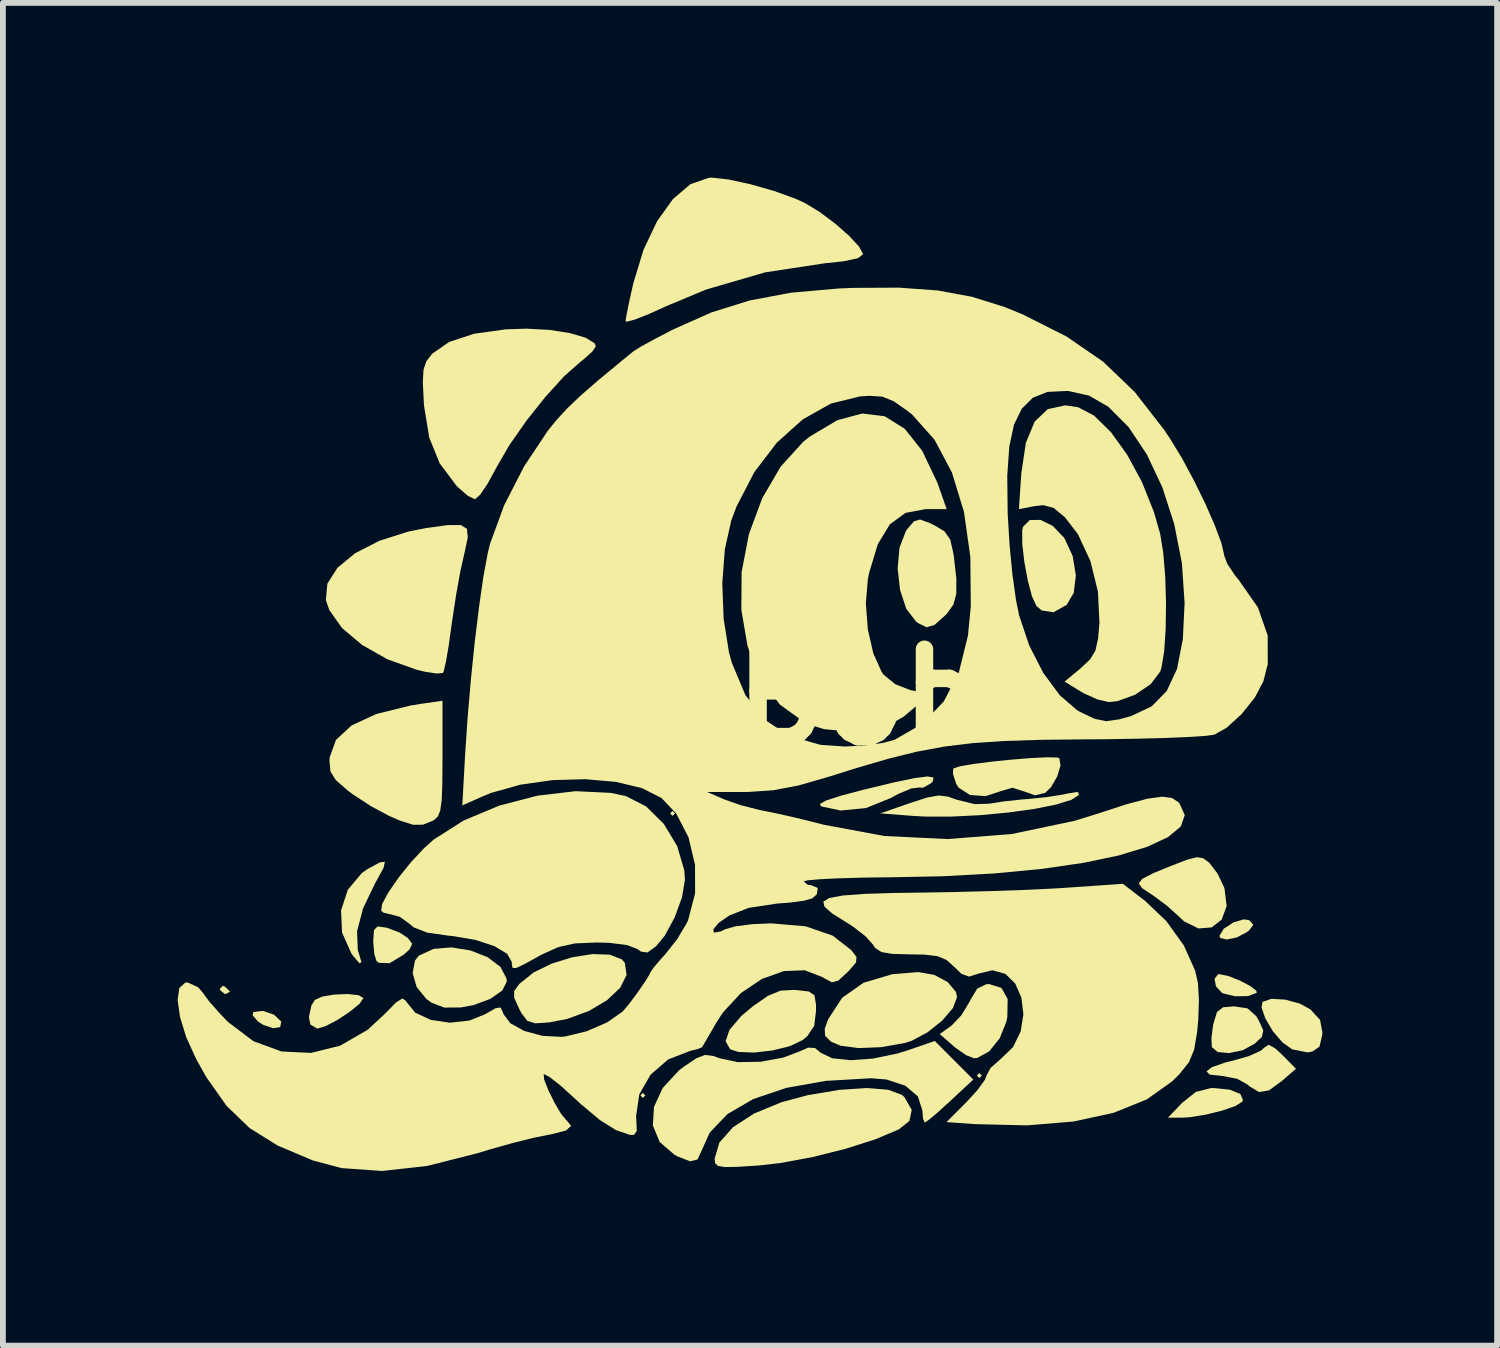
<source format=kicad_pcb>
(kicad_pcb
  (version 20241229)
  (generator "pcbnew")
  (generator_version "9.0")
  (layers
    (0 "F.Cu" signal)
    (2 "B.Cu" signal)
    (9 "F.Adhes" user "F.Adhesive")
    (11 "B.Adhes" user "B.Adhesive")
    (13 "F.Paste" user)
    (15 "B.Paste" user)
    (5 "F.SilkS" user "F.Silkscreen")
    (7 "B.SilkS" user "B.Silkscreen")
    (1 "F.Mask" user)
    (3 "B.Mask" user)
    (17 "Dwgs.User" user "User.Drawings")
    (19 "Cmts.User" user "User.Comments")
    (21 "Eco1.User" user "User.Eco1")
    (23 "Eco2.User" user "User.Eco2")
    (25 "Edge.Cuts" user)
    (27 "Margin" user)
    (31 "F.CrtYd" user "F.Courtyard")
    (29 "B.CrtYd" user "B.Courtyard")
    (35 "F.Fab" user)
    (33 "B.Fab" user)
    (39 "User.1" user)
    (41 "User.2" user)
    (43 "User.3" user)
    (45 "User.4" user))
  (footprint "BB_Bob"
    (layer "F.Cu")
    (at 9.645 8.92)
    (property "Reference" "BB_Bob" (at 0 0 0) (layer "F.SilkS") (effects (font (size 1.5 1.5) (thickness 0.3))))
    (attr board_only exclude_from_pos_files exclude_from_bom)
    (fp_poly (pts (xy -1.614 6.838) (xy -1.657 6.881) (xy -1.699 6.838) (xy -1.657 6.796)) (stroke (width 0) (type solid)) (fill yes) (layer "F.SilkS"))
    (fp_poly (pts (xy -1.104 1.996) (xy -1.147 2.039) (xy -1.189 1.996) (xy -1.147 1.954)) (stroke (width 0) (type solid)) (fill yes) (layer "F.SilkS"))
    (fp_poly (pts (xy 4.163 6.499) (xy 4.12 6.541) (xy 4.078 6.499) (xy 4.12 6.456)) (stroke (width 0) (type solid)) (fill yes) (layer "F.SilkS"))
    (fp_poly (pts (xy -8.835 4.97) (xy -8.754 5.046) (xy -8.75 5.06) (xy -8.816 5.096) (xy -8.835 5.097) (xy -8.916 5.032) (xy -8.92 5.007) (xy -8.868 4.956)) (stroke (width 0) (type solid)) (fill yes) (layer "F.SilkS"))
    (fp_poly (pts (xy -7.992 5.452) (xy -7.869 5.566) (xy -7.866 5.573) (xy -7.884 5.666) (xy -8.003 5.685) (xy -8.174 5.628) (xy -8.266 5.57) (xy -8.357 5.463) (xy -8.345 5.407) (xy -8.183 5.387)) (stroke (width 0) (type solid)) (fill yes) (layer "F.SilkS"))
    (fp_poly (pts (xy 8.756 3.831) (xy 8.825 3.908) (xy 8.758 4) (xy 8.712 4.037) (xy 8.541 4.126) (xy 8.369 4.162) (xy 8.257 4.135) (xy 8.243 4.099) (xy 8.318 3.976) (xy 8.484 3.868) (xy 8.664 3.815)) (stroke (width 0) (type solid)) (fill yes) (layer "F.SilkS"))
    (fp_poly (pts (xy 8.397 4.789) (xy 8.591 4.865) (xy 8.769 4.958) (xy 8.877 5.041) (xy 8.883 5.077) (xy 8.736 5.133) (xy 8.515 5.137) (xy 8.311 5.089) (xy 8.284 5.075) (xy 8.183 4.965) (xy 8.159 4.836) (xy 8.22 4.76) (xy 8.243 4.757)) (stroke (width 0) (type solid)) (fill yes) (layer "F.SilkS"))
    (fp_poly (pts (xy -6.053 3.959) (xy -5.83 4.044) (xy -5.692 4.136) (xy -5.618 4.236) (xy -5.662 4.331) (xy -5.765 4.423) (xy -6.007 4.569) (xy -6.189 4.562) (xy -6.23 4.531) (xy -6.268 4.414) (xy -6.286 4.207) (xy -6.286 4.189) (xy -6.274 3.999) (xy -6.21 3.937)) (stroke (width 0) (type solid)) (fill yes) (layer "F.SilkS"))
    (fp_poly (pts (xy 8.425 6.741) (xy 8.602 6.814) (xy 8.647 6.917) (xy 8.635 6.946) (xy 8.519 7.02) (xy 8.292 7.099) (xy 8.011 7.168) (xy 7.733 7.213) (xy 7.592 7.221) (xy 7.359 7.221) (xy 7.603 6.966) (xy 7.839 6.778) (xy 8.096 6.713) (xy 8.15 6.712)) (stroke (width 0) (type solid)) (fill yes) (layer "F.SilkS"))
    (fp_poly (pts (xy -6.54 5.117) (xy -6.457 5.165) (xy -6.456 5.17) (xy -6.524 5.268) (xy -6.691 5.404) (xy -6.903 5.544) (xy -7.108 5.651) (xy -7.247 5.692) (xy -7.366 5.622) (xy -7.391 5.496) (xy -7.349 5.297) (xy -7.289 5.199) (xy -7.16 5.141) (xy -6.952 5.107) (xy -6.726 5.098)) (stroke (width 0) (type solid)) (fill yes) (layer "F.SilkS"))
    (fp_poly (pts (xy 8.726 5.344) (xy 8.874 5.477) (xy 8.916 5.548) (xy 8.996 5.722) (xy 8.972 5.834) (xy 8.847 5.952) (xy 8.642 6.063) (xy 8.411 6.112) (xy 8.214 6.094) (xy 8.113 6.01) (xy 8.105 5.86) (xy 8.134 5.635) (xy 8.14 5.607) (xy 8.201 5.407) (xy 8.306 5.325) (xy 8.495 5.309)) (stroke (width 0) (type solid)) (fill yes) (layer "F.SilkS"))
    (fp_poly (pts (xy 9.373 5.194) (xy 9.626 5.263) (xy 9.805 5.362) (xy 9.971 5.542) (xy 10.011 5.757) (xy 10.007 5.808) (xy 9.96 6.003) (xy 9.838 6.086) (xy 9.758 6.1) (xy 9.495 6.049) (xy 9.326 5.93) (xy 9.16 5.736) (xy 9.032 5.519) (xy 8.967 5.332) (xy 8.982 5.233) (xy 9.136 5.18)) (stroke (width 0) (type solid)) (fill yes) (layer "F.SilkS"))
    (fp_poly (pts (xy -6.108 2.929) (xy -6.233 3.159) (xy -6.25 3.188) (xy -6.461 3.626) (xy -6.564 4.021) (xy -6.552 4.341) (xy -6.537 4.386) (xy -6.489 4.551) (xy -6.523 4.569) (xy -6.635 4.439) (xy -6.663 4.399) (xy -6.822 4.042) (xy -6.839 3.663) (xy -6.723 3.308) (xy -6.483 3.021) (xy -6.378 2.948) (xy -6.174 2.838) (xy -6.087 2.827)) (stroke (width 0) (type solid)) (fill yes) (layer "F.SilkS"))
    (fp_poly (pts (xy -4.62 4.349) (xy -4.325 4.464) (xy -4.103 4.631) (xy -3.996 4.836) (xy -3.993 4.883) (xy -4.07 5.037) (xy -4.275 5.181) (xy -4.564 5.288) (xy -4.78 5.328) (xy -5.066 5.331) (xy -5.284 5.248) (xy -5.373 5.184) (xy -5.541 4.978) (xy -5.61 4.738) (xy -5.57 4.523) (xy -5.501 4.438) (xy -5.251 4.323) (xy -4.943 4.297)) (stroke (width 0) (type solid)) (fill yes) (layer "F.SilkS"))
    (fp_poly (pts (xy 5.382 -2.939) (xy 5.574 -2.739) (xy 5.583 -2.727) (xy 5.724 -2.421) (xy 5.778 -2.09) (xy 5.742 -1.791) (xy 5.621 -1.585) (xy 5.395 -1.457) (xy 5.19 -1.489) (xy 5.1 -1.567) (xy 5.025 -1.73) (xy 4.953 -2) (xy 4.894 -2.318) (xy 4.858 -2.623) (xy 4.856 -2.855) (xy 4.869 -2.922) (xy 4.987 -3.041) (xy 5.172 -3.043)) (stroke (width 0) (type solid)) (fill yes) (layer "F.SilkS"))
    (fp_poly (pts (xy 3.333 1.38) (xy 3.323 1.443) (xy 3.296 1.476) (xy 3.154 1.556) (xy 3.081 1.552) (xy 2.952 1.569) (xy 2.739 1.657) (xy 2.598 1.733) (xy 2.175 1.904) (xy 1.741 1.947) (xy 1.407 1.877) (xy 1.38 1.836) (xy 1.486 1.776) (xy 1.735 1.695) (xy 2.139 1.588) (xy 2.148 1.586) (xy 2.654 1.464) (xy 3.011 1.39) (xy 3.233 1.362)) (stroke (width 0) (type solid)) (fill yes) (layer "F.SilkS"))
    (fp_poly (pts (xy 4.501 4.993) (xy 4.607 5.185) (xy 4.601 5.493) (xy 4.586 5.57) (xy 4.471 5.857) (xy 4.291 6.081) (xy 4.086 6.195) (xy 4.03 6.201) (xy 3.896 6.149) (xy 3.711 6.021) (xy 3.679 5.993) (xy 3.44 5.785) (xy 3.641 5.642) (xy 3.812 5.463) (xy 3.955 5.226) (xy 3.96 5.213) (xy 4.083 5.006) (xy 4.239 4.93) (xy 4.288 4.927)) (stroke (width 0) (type solid)) (fill yes) (layer "F.SilkS"))
    (fp_poly (pts (xy 0.973 5.029) (xy 1.192 5.054) (xy 1.29 5.12) (xy 1.316 5.277) (xy 1.317 5.385) (xy 1.285 5.645) (xy 1.165 5.823) (xy 1.087 5.888) (xy 0.867 5.993) (xy 0.568 6.067) (xy 0.252 6.103) (xy -0.019 6.092) (xy -0.158 6.046) (xy -0.236 5.908) (xy -0.169 5.712) (xy 0.035 5.473) (xy 0.236 5.305) (xy 0.497 5.125) (xy 0.706 5.04) (xy 0.932 5.027)) (stroke (width 0) (type solid)) (fill yes) (layer "F.SilkS"))
    (fp_poly (pts (xy 3.346 4.769) (xy 3.578 4.893) (xy 3.719 5.062) (xy 3.738 5.15) (xy 3.667 5.339) (xy 3.484 5.553) (xy 3.233 5.754) (xy 2.96 5.901) (xy 2.851 5.936) (xy 2.439 6.01) (xy 2.05 6.026) (xy 1.735 5.985) (xy 1.573 5.915) (xy 1.472 5.817) (xy 1.466 5.695) (xy 1.525 5.531) (xy 1.765 5.162) (xy 2.133 4.904) (xy 2.627 4.757) (xy 3.073 4.721)) (stroke (width 0) (type solid)) (fill yes) (layer "F.SilkS"))
    (fp_poly (pts (xy 9.202 6.031) (xy 9.321 6.142) (xy 9.557 6.381) (xy 9.319 6.588) (xy 9.094 6.752) (xy 8.923 6.781) (xy 8.759 6.683) (xy 8.729 6.654) (xy 8.549 6.554) (xy 8.304 6.506) (xy 8.286 6.505) (xy 8.075 6.481) (xy 8.021 6.426) (xy 8.116 6.353) (xy 8.352 6.271) (xy 8.489 6.238) (xy 8.755 6.161) (xy 8.951 6.072) (xy 9.012 6.02) (xy 9.086 5.969)) (stroke (width 0) (type solid)) (fill yes) (layer "F.SilkS"))
    (fp_poly (pts (xy -2.226 4.422) (xy -2.019 4.502) (xy -1.966 4.563) (xy -1.936 4.77) (xy -2.047 4.991) (xy -2.272 5.204) (xy -2.584 5.389) (xy -2.958 5.526) (xy -3.271 5.586) (xy -3.507 5.601) (xy -3.641 5.558) (xy -3.741 5.427) (xy -3.779 5.354) (xy -3.866 5.164) (xy -3.867 5.047) (xy -3.781 4.928) (xy -3.775 4.922) (xy -3.534 4.728) (xy -3.218 4.574) (xy -2.867 4.466) (xy -2.523 4.412)) (stroke (width 0) (type solid)) (fill yes) (layer "F.SilkS"))
    (fp_poly (pts (xy 5.452 1.036) (xy 5.493 1.047) (xy 5.515 1.172) (xy 5.458 1.362) (xy 5.351 1.547) (xy 5.251 1.644) (xy 5.074 1.686) (xy 4.901 1.623) (xy 4.688 1.556) (xy 4.519 1.605) (xy 4.227 1.7) (xy 3.959 1.68) (xy 3.764 1.554) (xy 3.722 1.486) (xy 3.667 1.315) (xy 3.674 1.225) (xy 3.782 1.189) (xy 4.012 1.149) (xy 4.321 1.109) (xy 4.663 1.074) (xy 4.995 1.047) (xy 5.273 1.033)) (stroke (width 0) (type solid)) (fill yes) (layer "F.SilkS"))
    (fp_poly (pts (xy 7.962 2.765) (xy 8.06 2.837) (xy 8.071 2.846) (xy 8.211 3.03) (xy 8.326 3.272) (xy 8.33 3.284) (xy 8.367 3.588) (xy 8.282 3.819) (xy 8.11 3.954) (xy 7.883 3.972) (xy 7.637 3.851) (xy 7.556 3.775) (xy 7.337 3.577) (xy 7.084 3.392) (xy 7.067 3.382) (xy 6.913 3.278) (xy 6.858 3.198) (xy 6.918 3.12) (xy 7.106 3.023) (xy 7.416 2.896) (xy 7.689 2.791) (xy 7.855 2.749)) (stroke (width 0) (type solid)) (fill yes) (layer "F.SilkS"))
    (fp_poly (pts (xy 2.553 6.741) (xy 2.792 6.83) (xy 2.833 6.866) (xy 2.96 7.087) (xy 2.92 7.277) (xy 2.74 7.421) (xy 2.333 7.593) (xy 1.818 7.757) (xy 1.254 7.898) (xy 0.702 8) (xy 0.33 8.042) (xy -0.029 8.065) (xy -0.251 8.069) (xy -0.37 8.049) (xy -0.417 8) (xy -0.425 7.925) (xy -0.343 7.649) (xy -0.111 7.386) (xy 0.252 7.15) (xy 0.727 6.954) (xy 1.177 6.834) (xy 1.72 6.743) (xy 2.188 6.712)) (stroke (width 0) (type solid)) (fill yes) (layer "F.SilkS"))
    (fp_poly (pts (xy 3.266 -2.99) (xy 3.336 -2.957) (xy 3.522 -2.847) (xy 3.621 -2.705) (xy 3.675 -2.468) (xy 3.683 -2.417) (xy 3.726 -2.034) (xy 3.725 -1.773) (xy 3.675 -1.589) (xy 3.567 -1.437) (xy 3.529 -1.398) (xy 3.348 -1.238) (xy 3.213 -1.2) (xy 3.068 -1.272) (xy 3.036 -1.295) (xy 2.866 -1.517) (xy 2.759 -1.841) (xy 2.718 -2.21) (xy 2.75 -2.567) (xy 2.86 -2.853) (xy 2.884 -2.886) (xy 2.998 -3.019) (xy 3.102 -3.05)) (stroke (width 0) (type solid)) (fill yes) (layer "F.SilkS"))
    (fp_poly (pts (xy -5.097 1.047) (xy -5.1 1.475) (xy -5.11 1.763) (xy -5.135 1.944) (xy -5.176 2.049) (xy -5.241 2.109) (xy -5.261 2.121) (xy -5.431 2.19) (xy -5.602 2.192) (xy -5.829 2.12) (xy -6.019 2.037) (xy -6.324 1.873) (xy -6.639 1.668) (xy -6.724 1.604) (xy -6.928 1.425) (xy -7.021 1.277) (xy -7.038 1.096) (xy -7.034 1.033) (xy -6.926 0.734) (xy -6.658 0.486) (xy -6.232 0.289) (xy -5.651 0.145) (xy -5.458 0.114) (xy -5.097 0.062)) (stroke (width 0) (type solid)) (fill yes) (layer "F.SilkS"))
    (fp_poly (pts (xy 5.833 1.677) (xy 5.831 1.68) (xy 5.698 1.765) (xy 5.429 1.847) (xy 5.056 1.921) (xy 4.613 1.982) (xy 4.132 2.027) (xy 3.647 2.051) (xy 3.192 2.051) (xy 2.973 2.039) (xy 2.421 1.996) (xy 2.931 1.819) (xy 3.224 1.724) (xy 3.421 1.689) (xy 3.582 1.708) (xy 3.733 1.762) (xy 4.04 1.837) (xy 4.286 1.83) (xy 4.53 1.792) (xy 4.843 1.758) (xy 4.97 1.748) (xy 5.277 1.717) (xy 5.555 1.673) (xy 5.641 1.654) (xy 5.811 1.627)) (stroke (width 0) (type solid)) (fill yes) (layer "F.SilkS"))
    (fp_poly (pts (xy -4.677 -2.889) (xy -4.663 -2.739) (xy -4.717 -2.487) (xy -4.726 -2.449) (xy -4.793 -2.148) (xy -4.864 -1.751) (xy -4.928 -1.334) (xy -4.942 -1.232) (xy -4.99 -0.888) (xy -5.037 -0.612) (xy -5.076 -0.445) (xy -5.089 -0.415) (xy -5.194 -0.405) (xy -5.403 -0.437) (xy -5.541 -0.47) (xy -6.041 -0.649) (xy -6.478 -0.896) (xy -6.822 -1.186) (xy -7.042 -1.498) (xy -7.1 -1.666) (xy -7.074 -1.949) (xy -6.9 -2.222) (xy -6.596 -2.472) (xy -6.182 -2.684) (xy -5.68 -2.844) (xy -5.373 -2.904) (xy -5.007 -2.954) (xy -4.784 -2.955)) (stroke (width 0) (type solid)) (fill yes) (layer "F.SilkS"))
    (fp_poly (pts (xy -0.185 -8.888) (xy 0.193 -8.806) (xy 0.596 -8.691) (xy 0.959 -8.56) (xy 1.124 -8.485) (xy 1.378 -8.331) (xy 1.643 -8.133) (xy 1.881 -7.924) (xy 2.054 -7.738) (xy 2.124 -7.609) (xy 2.124 -7.606) (xy 2.039 -7.537) (xy 1.786 -7.483) (xy 1.465 -7.449) (xy 0.445 -7.294) (xy -0.57 -6.999) (xy -1.253 -6.714) (xy -1.558 -6.576) (xy -1.796 -6.483) (xy -1.933 -6.446) (xy -1.954 -6.455) (xy -1.936 -6.57) (xy -1.889 -6.802) (xy -1.822 -7.1) (xy -1.82 -7.109) (xy -1.645 -7.683) (xy -1.413 -8.171) (xy -1.14 -8.553) (xy -0.839 -8.808) (xy -0.526 -8.917) (xy -0.471 -8.92)) (stroke (width 0) (type solid)) (fill yes) (layer "F.SilkS"))
    (fp_poly (pts (xy -3.259 -6.305) (xy -2.91 -6.251) (xy -2.64 -6.171) (xy -2.486 -6.077) (xy -2.464 -6.024) (xy -2.526 -5.932) (xy -2.681 -5.794) (xy -2.728 -5.758) (xy -3.008 -5.51) (xy -3.329 -5.157) (xy -3.655 -4.748) (xy -3.948 -4.328) (xy -4.171 -3.944) (xy -4.178 -3.929) (xy -4.322 -3.665) (xy -4.451 -3.475) (xy -4.538 -3.398) (xy -4.541 -3.398) (xy -4.66 -3.455) (xy -4.825 -3.597) (xy -4.859 -3.632) (xy -5.146 -4.015) (xy -5.325 -4.457) (xy -5.414 -5.001) (xy -5.419 -5.079) (xy -5.435 -5.411) (xy -5.423 -5.624) (xy -5.374 -5.767) (xy -5.28 -5.89) (xy -5.272 -5.898) (xy -4.982 -6.099) (xy -4.553 -6.24) (xy -4.012 -6.315) (xy -3.653 -6.327)) (stroke (width 0) (type solid)) (fill yes) (layer "F.SilkS"))
    (fp_poly (pts (xy 5.816 -4.978) (xy 6.092 -4.833) (xy 6.379 -4.551) (xy 6.659 -4.162) (xy 6.912 -3.695) (xy 7.118 -3.18) (xy 7.226 -2.803) (xy 7.279 -2.475) (xy 7.313 -2.062) (xy 7.326 -1.611) (xy 7.32 -1.17) (xy 7.294 -0.785) (xy 7.248 -0.505) (xy 7.225 -0.436) (xy 7.063 -0.223) (xy 6.797 -0.042) (xy 6.495 0.068) (xy 6.347 0.085) (xy 6.152 0.041) (xy 5.914 -0.066) (xy 5.871 -0.091) (xy 5.584 -0.266) (xy 5.867 -0.502) (xy 6.024 -0.65) (xy 6.114 -0.799) (xy 6.16 -1.009) (xy 6.183 -1.282) (xy 6.157 -1.812) (xy 6.028 -2.335) (xy 5.814 -2.797) (xy 5.591 -3.087) (xy 5.398 -3.248) (xy 5.221 -3.296) (xy 5.073 -3.28) (xy 4.8 -3.228) (xy 4.842 -3.848) (xy 4.919 -4.365) (xy 5.07 -4.73) (xy 5.295 -4.945) (xy 5.597 -5.01)) (stroke (width 0) (type solid)) (fill yes) (layer "F.SilkS"))
    (fp_poly (pts (xy 2.496 -4.822) (xy 2.839 -4.608) (xy 3.139 -4.231) (xy 3.397 -3.689) (xy 3.434 -3.586) (xy 3.56 -3.228) (xy 3.197 -3.228) (xy 2.854 -3.164) (xy 2.584 -2.967) (xy 2.378 -2.628) (xy 2.229 -2.136) (xy 2.206 -2.024) (xy 2.172 -1.609) (xy 2.206 -1.164) (xy 2.3 -0.752) (xy 2.443 -0.433) (xy 2.479 -0.382) (xy 2.677 -0.222) (xy 2.932 -0.122) (xy 2.939 -0.12) (xy 3.238 -0.064) (xy 3.042 0.149) (xy 2.817 0.338) (xy 2.572 0.478) (xy 2.242 0.563) (xy 1.844 0.587) (xy 1.455 0.55) (xy 1.149 0.455) (xy 1.147 0.454) (xy 0.698 0.13) (xy 0.363 -0.311) (xy 0.141 -0.874) (xy 0.034 -1.499) (xy 0.039 -2.147) (xy 0.164 -2.798) (xy 0.392 -3.414) (xy 0.708 -3.956) (xy 1.098 -4.386) (xy 1.21 -4.475) (xy 1.682 -4.755) (xy 2.11 -4.87)) (stroke (width 0) (type solid)) (fill yes) (layer "F.SilkS"))
    (fp_poly (pts (xy 3.686 6.235) (xy 4.017 6.566) (xy 3.62 6.936) (xy 3.41 7.127) (xy 3.251 7.26) (xy 3.183 7.306) (xy 3.153 7.233) (xy 3.143 7.099) (xy 3.065 6.856) (xy 2.85 6.672) (xy 2.525 6.565) (xy 2.261 6.544) (xy 1.483 6.589) (xy 0.804 6.71) (xy 0.237 6.902) (xy -0.205 7.16) (xy -0.509 7.477) (xy -0.648 7.787) (xy -0.719 7.939) (xy -0.846 7.97) (xy -1.063 7.885) (xy -1.114 7.858) (xy -1.368 7.639) (xy -1.485 7.355) (xy -1.466 7.036) (xy -1.316 6.711) (xy -1.037 6.409) (xy -0.96 6.35) (xy -0.739 6.201) (xy -0.588 6.143) (xy -0.445 6.162) (xy -0.343 6.2) (xy -0.028 6.267) (xy 0.364 6.261) (xy 0.755 6.189) (xy 0.996 6.098) (xy 1.184 6.018) (xy 1.299 6.025) (xy 1.397 6.106) (xy 1.595 6.201) (xy 1.909 6.234) (xy 2.296 6.206) (xy 2.714 6.119) (xy 2.888 6.065) (xy 3.356 5.904)) (stroke (width 0) (type solid)) (fill yes) (layer "F.SilkS"))
    (fp_poly (pts (xy -2.209 1.644) (xy -1.949 1.699) (xy -1.601 1.876) (xy -1.297 2.177) (xy -1.068 2.557) (xy -0.946 2.971) (xy -0.934 3.133) (xy -0.984 3.435) (xy -1.11 3.781) (xy -1.281 4.097) (xy -1.432 4.28) (xy -1.579 4.385) (xy -1.692 4.368) (xy -1.748 4.327) (xy -1.925 4.258) (xy -2.234 4.219) (xy -2.454 4.213) (xy -2.825 4.229) (xy -3.112 4.293) (xy -3.395 4.422) (xy -3.433 4.442) (xy -3.69 4.584) (xy -3.832 4.651) (xy -3.893 4.65) (xy -3.907 4.59) (xy -3.908 4.547) (xy -3.987 4.407) (xy -4.203 4.277) (xy -4.522 4.171) (xy -4.91 4.104) (xy -4.984 4.097) (xy -5.359 4.044) (xy -5.593 3.953) (xy -5.659 3.896) (xy -5.828 3.773) (xy -5.955 3.738) (xy -6.107 3.703) (xy -6.15 3.667) (xy -6.133 3.551) (xy -6.024 3.349) (xy -5.851 3.098) (xy -5.638 2.834) (xy -5.414 2.594) (xy -5.249 2.446) (xy -4.733 2.118) (xy -4.123 1.863) (xy -3.468 1.692) (xy -2.814 1.615)) (stroke (width 0) (type solid)) (fill yes) (layer "F.SilkS"))
    (fp_poly (pts (xy 6.964 3.496) (xy 7.333 3.847) (xy 7.632 4.264) (xy 7.826 4.696) (xy 7.875 4.913) (xy 7.891 5.198) (xy 7.879 5.55) (xy 7.86 5.75) (xy 7.809 6.053) (xy 7.72 6.268) (xy 7.557 6.473) (xy 7.428 6.6) (xy 6.996 6.907) (xy 6.427 7.137) (xy 5.736 7.287) (xy 4.939 7.353) (xy 4.051 7.332) (xy 4.051 7.332) (xy 3.557 7.297) (xy 3.902 6.951) (xy 4.091 6.744) (xy 4.216 6.57) (xy 4.247 6.491) (xy 4.313 6.367) (xy 4.469 6.23) (xy 4.471 6.228) (xy 4.699 6.01) (xy 4.831 5.738) (xy 4.877 5.444) (xy 4.843 5.161) (xy 4.738 4.92) (xy 4.569 4.752) (xy 4.344 4.69) (xy 4.111 4.746) (xy 3.944 4.799) (xy 3.815 4.752) (xy 3.69 4.632) (xy 3.557 4.513) (xy 3.403 4.448) (xy 3.173 4.421) (xy 2.938 4.417) (xy 2.625 4.409) (xy 2.439 4.377) (xy 2.334 4.309) (xy 2.295 4.25) (xy 2.171 4.111) (xy 1.957 3.944) (xy 1.825 3.86) (xy 1.593 3.714) (xy 1.462 3.599) (xy 1.442 3.512) (xy 1.544 3.449) (xy 1.777 3.406) (xy 2.152 3.378) (xy 2.679 3.362) (xy 3.136 3.356) (xy 3.717 3.346) (xy 4.327 3.33) (xy 4.909 3.31) (xy 5.406 3.286) (xy 5.607 3.273) (xy 6.584 3.205)) (stroke (width 0) (type solid)) (fill yes) (layer "F.SilkS"))
    (fp_poly (pts (xy 3.403 -6.983) (xy 3.994 -6.874) (xy 4.556 -6.698) (xy 4.864 -6.572) (xy 5.618 -6.192) (xy 6.246 -5.76) (xy 6.788 -5.24) (xy 7.288 -4.598) (xy 7.393 -4.442) (xy 7.598 -4.106) (xy 7.806 -3.719) (xy 8.001 -3.321) (xy 8.164 -2.949) (xy 8.278 -2.642) (xy 8.325 -2.44) (xy 8.325 -2.43) (xy 8.378 -2.289) (xy 8.51 -2.091) (xy 8.568 -2.021) (xy 8.904 -1.54) (xy 9.072 -1.058) (xy 9.073 -0.567) (xy 8.997 -0.27) (xy 8.85 0.009) (xy 8.623 0.292) (xy 8.367 0.525) (xy 8.155 0.645) (xy 8.012 0.665) (xy 7.725 0.684) (xy 7.323 0.701) (xy 6.831 0.714) (xy 6.277 0.723) (xy 5.946 0.725) (xy 5.18 0.733) (xy 4.546 0.753) (xy 4.005 0.79) (xy 3.519 0.849) (xy 3.05 0.936) (xy 2.561 1.057) (xy 2.012 1.217) (xy 1.539 1.366) (xy 1.02 1.516) (xy 0.582 1.599) (xy 0.155 1.628) (xy 0.085 1.629) (xy -0.552 1.629) (xy -0.257 1.757) (xy 0.023 1.855) (xy 0.347 1.938) (xy 0.423 1.953) (xy 0.702 2.01) (xy 1.066 2.094) (xy 1.438 2.188) (xy 1.444 2.19) (xy 2.485 2.384) (xy 3.577 2.437) (xy 4.68 2.35) (xy 5.754 2.124) (xy 6.155 2) (xy 6.646 1.84) (xy 7.007 1.744) (xy 7.26 1.709) (xy 7.432 1.733) (xy 7.547 1.811) (xy 7.557 1.822) (xy 7.648 2.027) (xy 7.579 2.222) (xy 7.36 2.404) (xy 7.003 2.57) (xy 6.516 2.718) (xy 5.911 2.845) (xy 5.197 2.949) (xy 4.385 3.027) (xy 3.484 3.076) (xy 2.612 3.093) (xy 2.127 3.099) (xy 1.707 3.111) (xy 1.379 3.127) (xy 1.169 3.146) (xy 1.104 3.164) (xy 1.173 3.221) (xy 1.232 3.228) (xy 1.346 3.277) (xy 1.331 3.384) (xy 1.253 3.455) (xy 1.114 3.495) (xy 0.867 3.528) (xy 0.651 3.544) (xy 0.16 3.618) (xy -0.174 3.75) (xy -0.356 3.877) (xy -0.446 3.985) (xy -0.438 4.044) (xy -0.323 4.024) (xy -0.237 3.983) (xy -0.064 3.935) (xy 0.217 3.899) (xy 0.544 3.884) (xy 1.137 3.935) (xy 1.602 4.095) (xy 1.92 4.342) (xy 2.011 4.46) (xy 2.004 4.556) (xy 1.887 4.692) (xy 1.851 4.729) (xy 1.697 4.868) (xy 1.589 4.897) (xy 1.457 4.827) (xy 1.434 4.81) (xy 1.123 4.69) (xy 0.764 4.704) (xy 0.387 4.839) (xy 0.027 5.081) (xy -0.283 5.416) (xy -0.399 5.595) (xy -0.528 5.819) (xy -0.617 5.972) (xy -0.641 6.013) (xy -0.726 6.046) (xy -0.838 6.072) (xy -1.221 6.22) (xy -1.524 6.482) (xy -1.718 6.821) (xy -1.774 7.201) (xy -1.769 7.254) (xy -1.761 7.449) (xy -1.811 7.518) (xy -1.881 7.516) (xy -2.121 7.433) (xy -2.393 7.263) (xy -2.726 6.984) (xy -2.866 6.855) (xy -3.089 6.654) (xy -3.264 6.519) (xy -3.356 6.473) (xy -3.36 6.475) (xy -3.351 6.569) (xy -3.279 6.751) (xy -3.173 6.965) (xy -3.061 7.155) (xy -2.97 7.265) (xy -2.964 7.269) (xy -2.888 7.362) (xy -2.979 7.442) (xy -3.232 7.507) (xy -3.283 7.516) (xy -3.54 7.568) (xy -3.899 7.658) (xy -4.3 7.771) (xy -4.494 7.83) (xy -5.361 8.05) (xy -6.136 8.136) (xy -6.829 8.087) (xy -7.322 7.956) (xy -7.931 7.698) (xy -8.411 7.398) (xy -8.804 7.019) (xy -9.151 6.527) (xy -9.324 6.22) (xy -9.496 5.843) (xy -9.604 5.493) (xy -9.645 5.201) (xy -9.616 4.994) (xy -9.513 4.901) (xy -9.472 4.9) (xy -9.292 4.982) (xy -9.217 5.07) (xy -9.112 5.214) (xy -8.93 5.421) (xy -8.779 5.579) (xy -8.343 5.908) (xy -7.861 6.084) (xy -7.356 6.109) (xy -6.855 5.985) (xy -6.382 5.712) (xy -6.078 5.43) (xy -5.893 5.24) (xy -5.784 5.174) (xy -5.726 5.215) (xy -5.722 5.225) (xy -5.565 5.418) (xy -5.298 5.542) (xy -4.971 5.59) (xy -4.633 5.553) (xy -4.362 5.443) (xy -4.185 5.341) (xy -4.101 5.329) (xy -4.061 5.406) (xy -4.053 5.438) (xy -3.932 5.6) (xy -3.692 5.732) (xy -3.383 5.816) (xy -3.056 5.833) (xy -2.987 5.826) (xy -2.624 5.738) (xy -2.271 5.585) (xy -2.007 5.401) (xy -1.998 5.392) (xy -1.893 5.267) (xy -1.756 5.084) (xy -1.626 4.896) (xy -1.542 4.76) (xy -1.529 4.727) (xy -1.476 4.649) (xy -1.344 4.493) (xy -1.27 4.412) (xy -1.07 4.159) (xy -0.905 3.884) (xy -0.88 3.83) (xy -0.76 3.37) (xy -0.761 2.881) (xy -0.873 2.407) (xy -1.085 1.997) (xy -1.337 1.732) (xy -1.671 1.563) (xy -2.121 1.455) (xy -2.647 1.409) (xy -3.206 1.425) (xy -3.758 1.503) (xy -4.26 1.644) (xy -4.396 1.699) (xy -4.757 1.859) (xy -4.709 0.993) (xy -4.666 0.353) (xy -4.609 -0.307) (xy -4.543 -0.951) (xy -4.47 -1.547) (xy -4.411 -1.958) (xy -0.293 -1.958) (xy -0.27 -1.349) (xy -0.18 -0.779) (xy -0.131 -0.595) (xy 0.104 -0.034) (xy 0.432 0.385) (xy 0.86 0.668) (xy 1.393 0.819) (xy 1.808 0.848) (xy 2.152 0.831) (xy 2.47 0.786) (xy 2.664 0.733) (xy 3.145 0.456) (xy 3.512 0.072) (xy 3.77 -0.429) (xy 3.925 -1.056) (xy 3.974 -1.558) (xy 3.966 -2.411) (xy 3.856 -3.184) (xy 3.666 -3.804) (xy 4.6 -3.804) (xy 4.607 -3.159) (xy 4.609 -3.121) (xy 4.64 -2.607) (xy 4.689 -2.104) (xy 4.75 -1.668) (xy 4.804 -1.402) (xy 4.978 -0.885) (xy 5.219 -0.415) (xy 5.503 -0.031) (xy 5.805 0.229) (xy 5.851 0.254) (xy 6.099 0.372) (xy 6.296 0.413) (xy 6.52 0.382) (xy 6.727 0.325) (xy 7.078 0.16) (xy 7.338 -0.105) (xy 7.515 -0.485) (xy 7.615 -0.994) (xy 7.645 -1.616) (xy 7.599 -2.3) (xy 7.467 -2.971) (xy 7.263 -3.602) (xy 6.998 -4.165) (xy 6.684 -4.636) (xy 6.334 -4.987) (xy 6.005 -5.177) (xy 5.642 -5.258) (xy 5.292 -5.241) (xy 5.038 -5.14) (xy 4.849 -4.952) (xy 4.716 -4.68) (xy 4.635 -4.304) (xy 4.6 -3.804) (xy 3.666 -3.804) (xy 3.649 -3.859) (xy 3.351 -4.42) (xy 2.967 -4.851) (xy 2.891 -4.911) (xy 2.651 -5.08) (xy 2.457 -5.159) (xy 2.232 -5.174) (xy 2.067 -5.163) (xy 1.571 -5.04) (xy 1.089 -4.769) (xy 0.644 -4.37) (xy 0.257 -3.863) (xy -0.05 -3.27) (xy -0.139 -3.032) (xy -0.249 -2.54) (xy -0.293 -1.958) (xy -4.411 -1.958) (xy -4.396 -2.061) (xy -4.323 -2.46) (xy -4.281 -2.633) (xy -4.04 -3.29) (xy -3.697 -3.961) (xy -3.292 -4.569) (xy -3.292 -4.57) (xy -3.132 -4.767) (xy -2.953 -4.96) (xy -2.73 -5.173) (xy -2.437 -5.429) (xy -2.047 -5.752) (xy -1.815 -5.941) (xy -1.697 -6.015) (xy -1.471 -6.139) (xy -1.182 -6.29) (xy -1.124 -6.319) (xy -0.476 -6.607) (xy 0.178 -6.811) (xy 0.886 -6.944) (xy 1.696 -7.016) (xy 1.954 -7.027) (xy 2.738 -7.031)) (stroke (width 0) (type solid)) (fill yes) (layer "F.SilkS")))
  (gr_rect
    (start -3 -3)
    (end 22.656 20.055)
    (stroke (width 0.1) (type default))
    (fill no)
    (layer "Edge.Cuts")))
</source>
